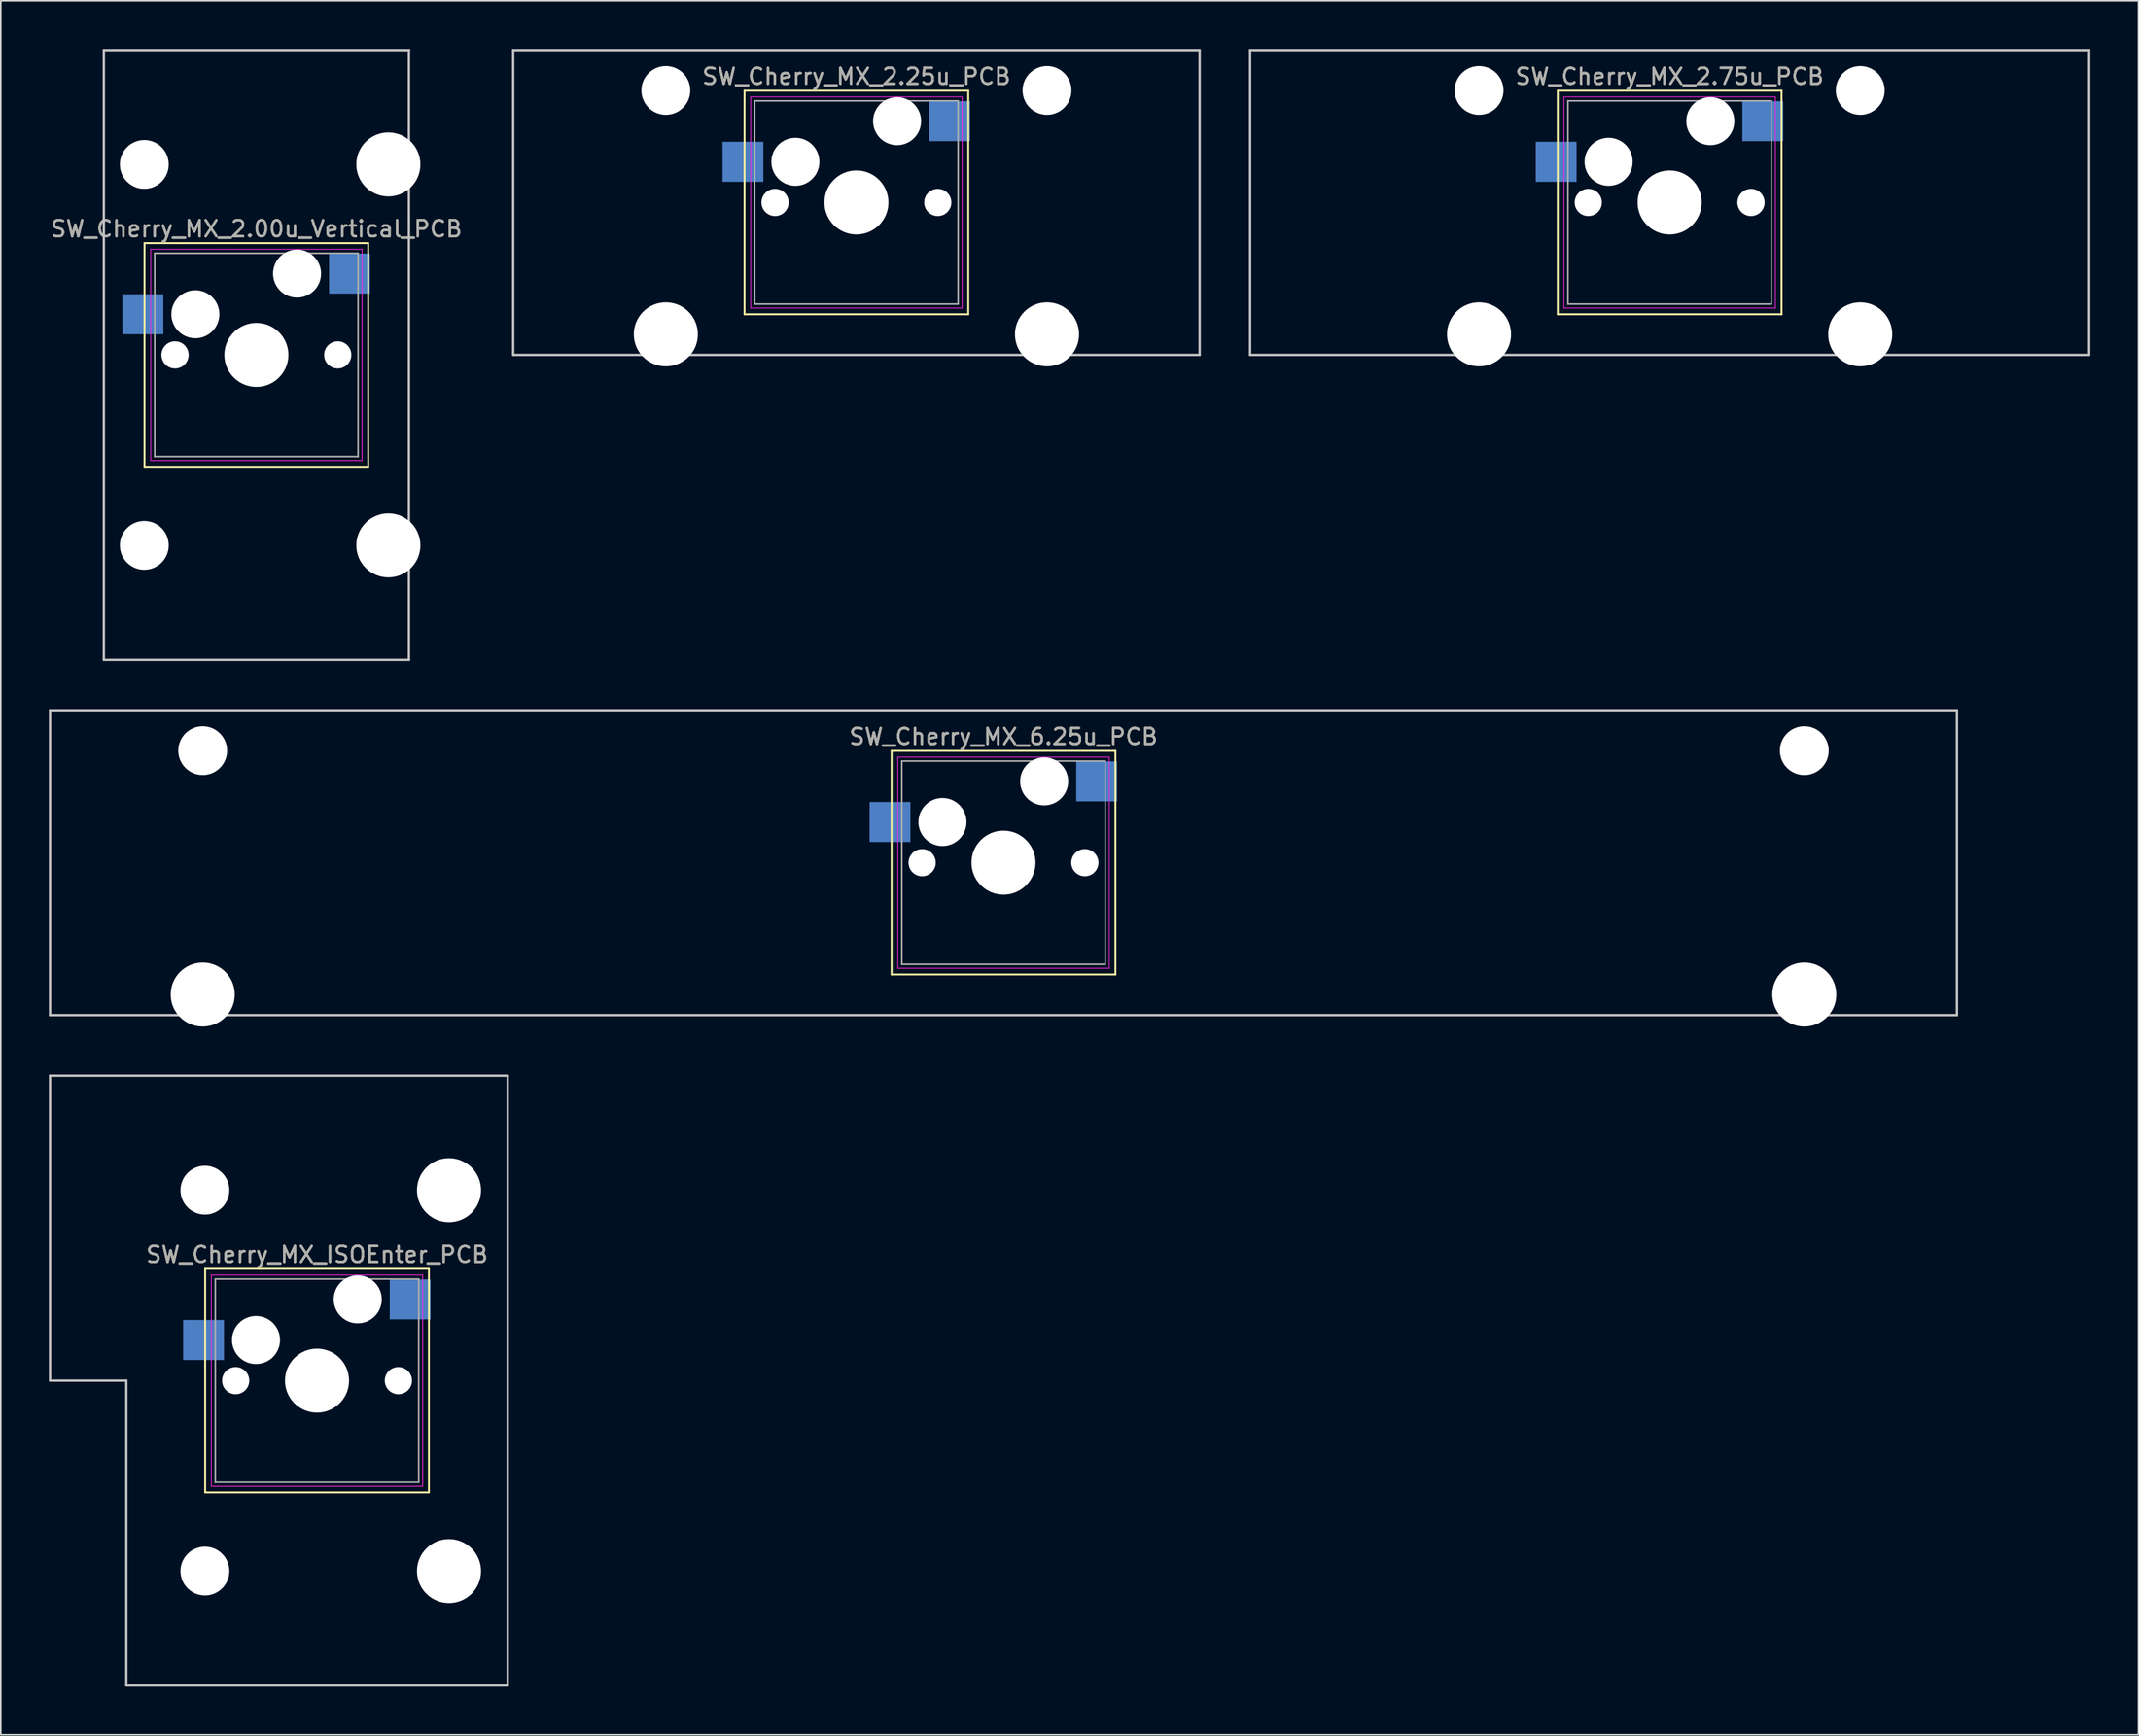
<source format=kicad_pcb>
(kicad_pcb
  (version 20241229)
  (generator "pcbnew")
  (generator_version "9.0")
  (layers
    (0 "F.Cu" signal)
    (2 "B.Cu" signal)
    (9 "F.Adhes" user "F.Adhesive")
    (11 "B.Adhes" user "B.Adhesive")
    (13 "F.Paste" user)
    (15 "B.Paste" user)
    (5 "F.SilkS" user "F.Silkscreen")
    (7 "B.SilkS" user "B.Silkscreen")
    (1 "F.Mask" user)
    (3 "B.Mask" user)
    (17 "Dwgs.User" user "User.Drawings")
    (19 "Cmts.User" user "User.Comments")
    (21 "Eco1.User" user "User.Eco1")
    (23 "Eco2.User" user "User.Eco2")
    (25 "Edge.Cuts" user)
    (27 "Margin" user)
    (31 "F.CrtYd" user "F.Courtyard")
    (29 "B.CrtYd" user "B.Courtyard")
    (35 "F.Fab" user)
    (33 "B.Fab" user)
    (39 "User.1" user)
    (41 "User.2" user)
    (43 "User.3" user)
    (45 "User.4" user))
  (footprint "SW_Cherry_MX_ISOEnter_PCB"
    (layer "F.Cu")
    (at 19.284 78.135)
    (property "Reference" "SW_Cherry_MX_ISOEnter_PCB" (at -2.54 -2.794 0) (layer "F.SilkS") (effects (font (size 1 1) (thickness 0.15))))
    (attr through_hole)
    (fp_line (start -9.525 -1.905) (end 4.445 -1.905) (stroke (width 0.12) (type solid)) (layer "F.SilkS"))
    (fp_line (start -9.525 12.065) (end -9.525 -1.905) (stroke (width 0.12) (type solid)) (layer "F.SilkS"))
    (fp_line (start 4.445 -1.905) (end 4.445 12.065) (stroke (width 0.12) (type solid)) (layer "F.SilkS"))
    (fp_line (start 4.445 12.065) (end -9.525 12.065) (stroke (width 0.12) (type solid)) (layer "F.SilkS"))
    (fp_line (start -19.209 -13.97) (end 9.366 -13.97) (stroke (width 0.15) (type solid)) (layer "Dwgs.User"))
    (fp_line (start -19.209 5.08) (end -19.209 -13.97) (stroke (width 0.15) (type solid)) (layer "Dwgs.User"))
    (fp_line (start -14.446 5.08) (end -19.209 5.08) (stroke (width 0.15) (type solid)) (layer "Dwgs.User"))
    (fp_line (start -14.446 24.13) (end -14.446 5.08) (stroke (width 0.15) (type solid)) (layer "Dwgs.User"))
    (fp_line (start 9.366 -13.97) (end 9.366 24.13) (stroke (width 0.15) (type solid)) (layer "Dwgs.User"))
    (fp_line (start 9.366 24.13) (end -14.446 24.13) (stroke (width 0.15) (type solid)) (layer "Dwgs.User"))
    (fp_line (start -9.14 -1.52) (end 4.06 -1.52) (stroke (width 0.05) (type solid)) (layer "F.CrtYd"))
    (fp_line (start -9.14 11.68) (end -9.14 -1.52) (stroke (width 0.05) (type solid)) (layer "F.CrtYd"))
    (fp_line (start 4.06 -1.52) (end 4.06 11.68) (stroke (width 0.05) (type solid)) (layer "F.CrtYd"))
    (fp_line (start 4.06 11.68) (end -9.14 11.68) (stroke (width 0.05) (type solid)) (layer "F.CrtYd"))
    (fp_line (start -8.89 -1.27) (end 3.81 -1.27) (stroke (width 0.1) (type solid)) (layer "F.Fab"))
    (fp_line (start -8.89 11.43) (end -8.89 -1.27) (stroke (width 0.1) (type solid)) (layer "F.Fab"))
    (fp_line (start 3.81 -1.27) (end 3.81 11.43) (stroke (width 0.1) (type solid)) (layer "F.Fab"))
    (fp_line (start 3.81 11.43) (end -8.89 11.43) (stroke (width 0.1) (type solid)) (layer "F.Fab"))
    (fp_text user "${REFERENCE}" (at -2.54 -2.794 0) (layer "F.Fab") (effects (font (size 1 1) (thickness 0.15))))
    (pad "" np_thru_hole circle (at -9.54 -6.82) (size 3.05 3.05) (drill 3.05) (layers "*.Cu" "*.Mask"))
    (pad "" np_thru_hole circle (at -9.54 16.98) (size 3.05 3.05) (drill 3.05) (layers "*.Cu" "*.Mask"))
    (pad "" np_thru_hole circle (at -7.62 5.08) (size 1.7 1.7) (drill 1.7) (layers "*.Cu" "*.Mask"))
    (pad "" np_thru_hole circle (at -6.35 2.54) (size 3 3) (drill 3) (layers "*.Cu" "*.Mask"))
    (pad "" np_thru_hole circle (at -2.54 5.08) (size 4 4) (drill 4) (layers "*.Cu" "*.Mask"))
    (pad "" np_thru_hole circle (at 0 0) (size 3 3) (drill 3) (layers "*.Cu" "*.Mask"))
    (pad "" np_thru_hole circle (at 2.54 5.08) (size 1.7 1.7) (drill 1.7) (layers "*.Cu" "*.Mask"))
    (pad "" np_thru_hole circle (at 5.7 -6.82) (size 4 4) (drill 4) (layers "*.Cu" "*.Mask"))
    (pad "" np_thru_hole circle (at 5.7 16.98) (size 4 4) (drill 4) (layers "*.Cu" "*.Mask"))
    (pad "1" smd rect (at 3.275 0) (size 2.55 2.5) (layers "B.Cu" "B.Mask" "B.Paste"))
    (pad "2" smd rect (at -9.625 2.54) (size 2.55 2.5) (layers "B.Cu" "B.Mask" "B.Paste")))
  (footprint "SW_Cherry_MX_2.75u_PCB"
    (layer "F.Cu")
    (at 103.738 4.52)
    (property "Reference" "SW_Cherry_MX_2.75u_PCB" (at -2.54 -2.794 0) (layer "F.SilkS") (effects (font (size 1 1) (thickness 0.15))))
    (attr through_hole)
    (fp_line (start -9.525 -1.905) (end 4.445 -1.905) (stroke (width 0.12) (type solid)) (layer "F.SilkS"))
    (fp_line (start -9.525 12.065) (end -9.525 -1.905) (stroke (width 0.12) (type solid)) (layer "F.SilkS"))
    (fp_line (start 4.445 -1.905) (end 4.445 12.065) (stroke (width 0.12) (type solid)) (layer "F.SilkS"))
    (fp_line (start 4.445 12.065) (end -9.525 12.065) (stroke (width 0.12) (type solid)) (layer "F.SilkS"))
    (fp_line (start -28.734 -4.445) (end 23.654 -4.445) (stroke (width 0.15) (type solid)) (layer "Dwgs.User"))
    (fp_line (start -28.734 14.605) (end -28.734 -4.445) (stroke (width 0.15) (type solid)) (layer "Dwgs.User"))
    (fp_line (start 23.654 -4.445) (end 23.654 14.605) (stroke (width 0.15) (type solid)) (layer "Dwgs.User"))
    (fp_line (start 23.654 14.605) (end -28.734 14.605) (stroke (width 0.15) (type solid)) (layer "Dwgs.User"))
    (fp_line (start -9.14 -1.52) (end 4.06 -1.52) (stroke (width 0.05) (type solid)) (layer "F.CrtYd"))
    (fp_line (start -9.14 11.68) (end -9.14 -1.52) (stroke (width 0.05) (type solid)) (layer "F.CrtYd"))
    (fp_line (start 4.06 -1.52) (end 4.06 11.68) (stroke (width 0.05) (type solid)) (layer "F.CrtYd"))
    (fp_line (start 4.06 11.68) (end -9.14 11.68) (stroke (width 0.05) (type solid)) (layer "F.CrtYd"))
    (fp_line (start -8.89 -1.27) (end 3.81 -1.27) (stroke (width 0.1) (type solid)) (layer "F.Fab"))
    (fp_line (start -8.89 11.43) (end -8.89 -1.27) (stroke (width 0.1) (type solid)) (layer "F.Fab"))
    (fp_line (start 3.81 -1.27) (end 3.81 11.43) (stroke (width 0.1) (type solid)) (layer "F.Fab"))
    (fp_line (start 3.81 11.43) (end -8.89 11.43) (stroke (width 0.1) (type solid)) (layer "F.Fab"))
    (fp_text user "${REFERENCE}" (at -2.54 -2.794 0) (layer "F.Fab") (effects (font (size 1 1) (thickness 0.15))))
    (pad "" np_thru_hole circle (at -14.44 -1.92) (size 3.05 3.05) (drill 3.05) (layers "*.Cu" "*.Mask"))
    (pad "" np_thru_hole circle (at -14.44 13.32) (size 4 4) (drill 4) (layers "*.Cu" "*.Mask"))
    (pad "" np_thru_hole circle (at -7.62 5.08) (size 1.7 1.7) (drill 1.7) (layers "*.Cu" "*.Mask"))
    (pad "" np_thru_hole circle (at -6.35 2.54) (size 3 3) (drill 3) (layers "*.Cu" "*.Mask"))
    (pad "" np_thru_hole circle (at -2.54 5.08) (size 4 4) (drill 4) (layers "*.Cu" "*.Mask"))
    (pad "" np_thru_hole circle (at 0 0) (size 3 3) (drill 3) (layers "*.Cu" "*.Mask"))
    (pad "" np_thru_hole circle (at 2.54 5.08) (size 1.7 1.7) (drill 1.7) (layers "*.Cu" "*.Mask"))
    (pad "" np_thru_hole circle (at 9.36 -1.92) (size 3.05 3.05) (drill 3.05) (layers "*.Cu" "*.Mask"))
    (pad "" np_thru_hole circle (at 9.36 13.32) (size 4 4) (drill 4) (layers "*.Cu" "*.Mask"))
    (pad "1" smd rect (at 3.275 0) (size 2.55 2.5) (layers "B.Cu" "B.Mask" "B.Paste"))
    (pad "2" smd rect (at -9.625 2.54) (size 2.55 2.5) (layers "B.Cu" "B.Mask" "B.Paste")))
  (footprint "SW_Cherry_MX_2.25u_PCB"
    (layer "F.Cu")
    (at 52.963 4.52)
    (property "Reference" "SW_Cherry_MX_2.25u_PCB" (at -2.54 -2.794 0) (layer "F.SilkS") (effects (font (size 1 1) (thickness 0.15))))
    (attr through_hole)
    (fp_line (start -9.525 -1.905) (end 4.445 -1.905) (stroke (width 0.12) (type solid)) (layer "F.SilkS"))
    (fp_line (start -9.525 12.065) (end -9.525 -1.905) (stroke (width 0.12) (type solid)) (layer "F.SilkS"))
    (fp_line (start 4.445 -1.905) (end 4.445 12.065) (stroke (width 0.12) (type solid)) (layer "F.SilkS"))
    (fp_line (start 4.445 12.065) (end -9.525 12.065) (stroke (width 0.12) (type solid)) (layer "F.SilkS"))
    (fp_line (start -23.971 -4.445) (end 18.891 -4.445) (stroke (width 0.15) (type solid)) (layer "Dwgs.User"))
    (fp_line (start -23.971 14.605) (end -23.971 -4.445) (stroke (width 0.15) (type solid)) (layer "Dwgs.User"))
    (fp_line (start 18.891 -4.445) (end 18.891 14.605) (stroke (width 0.15) (type solid)) (layer "Dwgs.User"))
    (fp_line (start 18.891 14.605) (end -23.971 14.605) (stroke (width 0.15) (type solid)) (layer "Dwgs.User"))
    (fp_line (start -9.14 -1.52) (end 4.06 -1.52) (stroke (width 0.05) (type solid)) (layer "F.CrtYd"))
    (fp_line (start -9.14 11.68) (end -9.14 -1.52) (stroke (width 0.05) (type solid)) (layer "F.CrtYd"))
    (fp_line (start 4.06 -1.52) (end 4.06 11.68) (stroke (width 0.05) (type solid)) (layer "F.CrtYd"))
    (fp_line (start 4.06 11.68) (end -9.14 11.68) (stroke (width 0.05) (type solid)) (layer "F.CrtYd"))
    (fp_line (start -8.89 -1.27) (end 3.81 -1.27) (stroke (width 0.1) (type solid)) (layer "F.Fab"))
    (fp_line (start -8.89 11.43) (end -8.89 -1.27) (stroke (width 0.1) (type solid)) (layer "F.Fab"))
    (fp_line (start 3.81 -1.27) (end 3.81 11.43) (stroke (width 0.1) (type solid)) (layer "F.Fab"))
    (fp_line (start 3.81 11.43) (end -8.89 11.43) (stroke (width 0.1) (type solid)) (layer "F.Fab"))
    (fp_text user "${REFERENCE}" (at -2.54 -2.794 0) (layer "F.Fab") (effects (font (size 1 1) (thickness 0.15))))
    (pad "" np_thru_hole circle (at -14.44 -1.92) (size 3.05 3.05) (drill 3.05) (layers "*.Cu" "*.Mask"))
    (pad "" np_thru_hole circle (at -14.44 13.32) (size 4 4) (drill 4) (layers "*.Cu" "*.Mask"))
    (pad "" np_thru_hole circle (at -7.62 5.08) (size 1.7 1.7) (drill 1.7) (layers "*.Cu" "*.Mask"))
    (pad "" np_thru_hole circle (at -6.35 2.54) (size 3 3) (drill 3) (layers "*.Cu" "*.Mask"))
    (pad "" np_thru_hole circle (at -2.54 5.08) (size 4 4) (drill 4) (layers "*.Cu" "*.Mask"))
    (pad "" np_thru_hole circle (at 0 0) (size 3 3) (drill 3) (layers "*.Cu" "*.Mask"))
    (pad "" np_thru_hole circle (at 2.54 5.08) (size 1.7 1.7) (drill 1.7) (layers "*.Cu" "*.Mask"))
    (pad "" np_thru_hole circle (at 9.36 -1.92) (size 3.05 3.05) (drill 3.05) (layers "*.Cu" "*.Mask"))
    (pad "" np_thru_hole circle (at 9.36 13.32) (size 4 4) (drill 4) (layers "*.Cu" "*.Mask"))
    (pad "1" smd rect (at 3.275 0) (size 2.55 2.5) (layers "B.Cu" "B.Mask" "B.Paste"))
    (pad "2" smd rect (at -9.625 2.54) (size 2.55 2.5) (layers "B.Cu" "B.Mask" "B.Paste")))
  (footprint "SW_Cherry_MX_6.25u_PCB"
    (layer "F.Cu")
    (at 62.146 45.77)
    (property "Reference" "SW_Cherry_MX_6.25u_PCB" (at -2.54 -2.794 0) (layer "F.SilkS") (effects (font (size 1 1) (thickness 0.15))))
    (attr through_hole)
    (fp_line (start -9.525 -1.905) (end 4.445 -1.905) (stroke (width 0.12) (type solid)) (layer "F.SilkS"))
    (fp_line (start -9.525 12.065) (end -9.525 -1.905) (stroke (width 0.12) (type solid)) (layer "F.SilkS"))
    (fp_line (start 4.445 -1.905) (end 4.445 12.065) (stroke (width 0.12) (type solid)) (layer "F.SilkS"))
    (fp_line (start 4.445 12.065) (end -9.525 12.065) (stroke (width 0.12) (type solid)) (layer "F.SilkS"))
    (fp_line (start -62.071 -4.445) (end 56.991 -4.445) (stroke (width 0.15) (type solid)) (layer "Dwgs.User"))
    (fp_line (start -62.071 14.605) (end -62.071 -4.445) (stroke (width 0.15) (type solid)) (layer "Dwgs.User"))
    (fp_line (start 56.991 -4.445) (end 56.991 14.605) (stroke (width 0.15) (type solid)) (layer "Dwgs.User"))
    (fp_line (start 56.991 14.605) (end -62.071 14.605) (stroke (width 0.15) (type solid)) (layer "Dwgs.User"))
    (fp_line (start -9.14 -1.52) (end 4.06 -1.52) (stroke (width 0.05) (type solid)) (layer "F.CrtYd"))
    (fp_line (start -9.14 11.68) (end -9.14 -1.52) (stroke (width 0.05) (type solid)) (layer "F.CrtYd"))
    (fp_line (start 4.06 -1.52) (end 4.06 11.68) (stroke (width 0.05) (type solid)) (layer "F.CrtYd"))
    (fp_line (start 4.06 11.68) (end -9.14 11.68) (stroke (width 0.05) (type solid)) (layer "F.CrtYd"))
    (fp_line (start -8.89 -1.27) (end 3.81 -1.27) (stroke (width 0.1) (type solid)) (layer "F.Fab"))
    (fp_line (start -8.89 11.43) (end -8.89 -1.27) (stroke (width 0.1) (type solid)) (layer "F.Fab"))
    (fp_line (start 3.81 -1.27) (end 3.81 11.43) (stroke (width 0.1) (type solid)) (layer "F.Fab"))
    (fp_line (start 3.81 11.43) (end -8.89 11.43) (stroke (width 0.1) (type solid)) (layer "F.Fab"))
    (fp_text user "${REFERENCE}" (at -2.54 -2.794 0) (layer "F.Fab") (effects (font (size 1 1) (thickness 0.15))))
    (pad "" np_thru_hole circle (at -52.54 -1.92) (size 3.05 3.05) (drill 3.05) (layers "*.Cu" "*.Mask"))
    (pad "" np_thru_hole circle (at -52.54 13.32) (size 4 4) (drill 4) (layers "*.Cu" "*.Mask"))
    (pad "" np_thru_hole circle (at -7.62 5.08) (size 1.7 1.7) (drill 1.7) (layers "*.Cu" "*.Mask"))
    (pad "" np_thru_hole circle (at -6.35 2.54) (size 3 3) (drill 3) (layers "*.Cu" "*.Mask"))
    (pad "" np_thru_hole circle (at -2.54 5.08) (size 4 4) (drill 4) (layers "*.Cu" "*.Mask"))
    (pad "" np_thru_hole circle (at 0 0) (size 3 3) (drill 3) (layers "*.Cu" "*.Mask"))
    (pad "" np_thru_hole circle (at 2.54 5.08) (size 1.7 1.7) (drill 1.7) (layers "*.Cu" "*.Mask"))
    (pad "" np_thru_hole circle (at 47.46 -1.92) (size 3.05 3.05) (drill 3.05) (layers "*.Cu" "*.Mask"))
    (pad "" np_thru_hole circle (at 47.46 13.32) (size 4 4) (drill 4) (layers "*.Cu" "*.Mask"))
    (pad "1" smd rect (at 3.275 0) (size 2.55 2.5) (layers "B.Cu" "B.Mask" "B.Paste"))
    (pad "2" smd rect (at -9.625 2.54) (size 2.55 2.5) (layers "B.Cu" "B.Mask" "B.Paste")))
  (footprint "SW_Cherry_MX_2.00u_Vertical_PCB"
    (layer "F.Cu")
    (at 15.498 14.045)
    (property "Reference" "SW_Cherry_MX_2.00u_Vertical_PCB" (at -2.54 -2.794 0) (layer "F.SilkS") (effects (font (size 1 1) (thickness 0.15))))
    (attr through_hole)
    (fp_line (start -9.525 -1.905) (end 4.445 -1.905) (stroke (width 0.12) (type solid)) (layer "F.SilkS"))
    (fp_line (start -9.525 12.065) (end -9.525 -1.905) (stroke (width 0.12) (type solid)) (layer "F.SilkS"))
    (fp_line (start 4.445 -1.905) (end 4.445 12.065) (stroke (width 0.12) (type solid)) (layer "F.SilkS"))
    (fp_line (start 4.445 12.065) (end -9.525 12.065) (stroke (width 0.12) (type solid)) (layer "F.SilkS"))
    (fp_line (start -12.065 -13.97) (end 6.985 -13.97) (stroke (width 0.15) (type solid)) (layer "Dwgs.User"))
    (fp_line (start -12.065 24.13) (end -12.065 -13.97) (stroke (width 0.15) (type solid)) (layer "Dwgs.User"))
    (fp_line (start 6.985 -13.97) (end 6.985 24.13) (stroke (width 0.15) (type solid)) (layer "Dwgs.User"))
    (fp_line (start 6.985 24.13) (end -12.065 24.13) (stroke (width 0.15) (type solid)) (layer "Dwgs.User"))
    (fp_line (start -9.14 -1.52) (end 4.06 -1.52) (stroke (width 0.05) (type solid)) (layer "F.CrtYd"))
    (fp_line (start -9.14 11.68) (end -9.14 -1.52) (stroke (width 0.05) (type solid)) (layer "F.CrtYd"))
    (fp_line (start 4.06 -1.52) (end 4.06 11.68) (stroke (width 0.05) (type solid)) (layer "F.CrtYd"))
    (fp_line (start 4.06 11.68) (end -9.14 11.68) (stroke (width 0.05) (type solid)) (layer "F.CrtYd"))
    (fp_line (start -8.89 -1.27) (end 3.81 -1.27) (stroke (width 0.1) (type solid)) (layer "F.Fab"))
    (fp_line (start -8.89 11.43) (end -8.89 -1.27) (stroke (width 0.1) (type solid)) (layer "F.Fab"))
    (fp_line (start 3.81 -1.27) (end 3.81 11.43) (stroke (width 0.1) (type solid)) (layer "F.Fab"))
    (fp_line (start 3.81 11.43) (end -8.89 11.43) (stroke (width 0.1) (type solid)) (layer "F.Fab"))
    (fp_text user "${REFERENCE}" (at -2.54 -2.794 0) (layer "F.Fab") (effects (font (size 1 1) (thickness 0.15))))
    (pad "" np_thru_hole circle (at -9.54 -6.82) (size 3.05 3.05) (drill 3.05) (layers "*.Cu" "*.Mask"))
    (pad "" np_thru_hole circle (at -9.54 16.98) (size 3.05 3.05) (drill 3.05) (layers "*.Cu" "*.Mask"))
    (pad "" np_thru_hole circle (at -7.62 5.08) (size 1.7 1.7) (drill 1.7) (layers "*.Cu" "*.Mask"))
    (pad "" np_thru_hole circle (at -6.35 2.54) (size 3 3) (drill 3) (layers "*.Cu" "*.Mask"))
    (pad "" np_thru_hole circle (at -2.54 5.08) (size 4 4) (drill 4) (layers "*.Cu" "*.Mask"))
    (pad "" np_thru_hole circle (at 0 0) (size 3 3) (drill 3) (layers "*.Cu" "*.Mask"))
    (pad "" np_thru_hole circle (at 2.54 5.08) (size 1.7 1.7) (drill 1.7) (layers "*.Cu" "*.Mask"))
    (pad "" np_thru_hole circle (at 5.7 -6.82) (size 4 4) (drill 4) (layers "*.Cu" "*.Mask"))
    (pad "" np_thru_hole circle (at 5.7 16.98) (size 4 4) (drill 4) (layers "*.Cu" "*.Mask"))
    (pad "1" smd rect (at 3.275 0) (size 2.55 2.5) (layers "B.Cu" "B.Mask" "B.Paste"))
    (pad "2" smd rect (at -9.625 2.54) (size 2.55 2.5) (layers "B.Cu" "B.Mask" "B.Paste")))
  (gr_rect
    (start -3 -3)
    (end 130.467 105.34)
    (stroke (width 0.1) (type default))
    (fill no)
    (layer "Edge.Cuts")))
</source>
